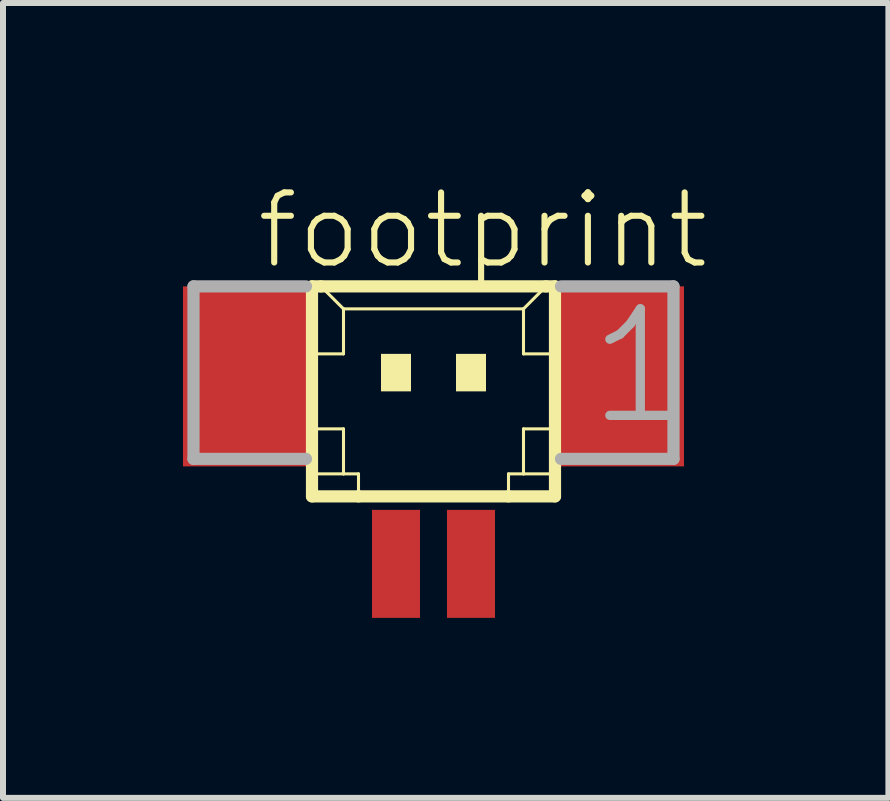
<source format=kicad_pcb>
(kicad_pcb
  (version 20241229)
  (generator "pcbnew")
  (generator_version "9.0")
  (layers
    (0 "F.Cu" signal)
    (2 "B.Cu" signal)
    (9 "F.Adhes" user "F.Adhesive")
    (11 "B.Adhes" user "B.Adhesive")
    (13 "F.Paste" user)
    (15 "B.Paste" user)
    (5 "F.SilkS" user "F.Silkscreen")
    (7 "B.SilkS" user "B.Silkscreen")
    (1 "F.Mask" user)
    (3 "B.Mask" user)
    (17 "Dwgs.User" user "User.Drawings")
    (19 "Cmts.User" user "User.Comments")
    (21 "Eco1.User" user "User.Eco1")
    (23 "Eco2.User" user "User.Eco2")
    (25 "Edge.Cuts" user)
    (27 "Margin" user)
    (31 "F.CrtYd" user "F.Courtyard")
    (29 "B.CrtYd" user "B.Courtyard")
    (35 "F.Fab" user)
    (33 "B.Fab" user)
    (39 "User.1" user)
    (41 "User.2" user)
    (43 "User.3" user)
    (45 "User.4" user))
  (footprint "footprint"
    (layer "F.Cu")
    (at 4.175 3.848)
    (property "Reference" "footprint" (at -3 -2.375 0) (layer "F.SilkS") (effects (font (size 1.168 1.168) (thickness 0.102)) (justify left bottom)))
    (fp_line (start -2.025 -2.125) (end -2.025 1.375) (stroke (width 0.203) (type solid)) (layer "F.SilkS"))
    (fp_line (start -2.025 1.375) (end -1.25 1.375) (stroke (width 0.203) (type solid)) (layer "F.SilkS"))
    (fp_line (start -2 -1) (end -1.5 -1) (stroke (width 0.051) (type solid)) (layer "F.SilkS"))
    (fp_line (start -2 0.25) (end -1.5 0.25) (stroke (width 0.051) (type solid)) (layer "F.SilkS"))
    (fp_line (start -2 1) (end -1.5 1) (stroke (width 0.051) (type solid)) (layer "F.SilkS"))
    (fp_line (start -1.875 -2.125) (end -2.025 -2.125) (stroke (width 0.203) (type solid)) (layer "F.SilkS"))
    (fp_line (start -1.5 -1.75) (end -1.875 -2.125) (stroke (width 0.051) (type solid)) (layer "F.SilkS"))
    (fp_line (start -1.5 -1.75) (end 1.5 -1.75) (stroke (width 0.051) (type solid)) (layer "F.SilkS"))
    (fp_line (start -1.5 -1) (end -1.5 -1.75) (stroke (width 0.051) (type solid)) (layer "F.SilkS"))
    (fp_line (start -1.5 0.25) (end -1.5 1) (stroke (width 0.051) (type solid)) (layer "F.SilkS"))
    (fp_line (start -1.5 1) (end -1.25 1) (stroke (width 0.051) (type solid)) (layer "F.SilkS"))
    (fp_line (start -1.25 1) (end -1.25 1.375) (stroke (width 0.051) (type solid)) (layer "F.SilkS"))
    (fp_line (start -1.25 1.375) (end 1.25 1.375) (stroke (width 0.203) (type solid)) (layer "F.SilkS"))
    (fp_line (start 1.25 1) (end 1.25 1.375) (stroke (width 0.051) (type solid)) (layer "F.SilkS"))
    (fp_line (start 1.25 1) (end 1.5 1) (stroke (width 0.051) (type solid)) (layer "F.SilkS"))
    (fp_line (start 1.25 1.375) (end 2.025 1.375) (stroke (width 0.203) (type solid)) (layer "F.SilkS"))
    (fp_line (start 1.5 -1.75) (end 1.5 -1) (stroke (width 0.051) (type solid)) (layer "F.SilkS"))
    (fp_line (start 1.5 -1.75) (end 1.875 -2.125) (stroke (width 0.051) (type solid)) (layer "F.SilkS"))
    (fp_line (start 1.5 -1) (end 2 -1) (stroke (width 0.051) (type solid)) (layer "F.SilkS"))
    (fp_line (start 1.5 0.25) (end 1.5 1) (stroke (width 0.051) (type solid)) (layer "F.SilkS"))
    (fp_line (start 1.5 0.25) (end 2 0.25) (stroke (width 0.051) (type solid)) (layer "F.SilkS"))
    (fp_line (start 1.5 1) (end 2 1) (stroke (width 0.051) (type solid)) (layer "F.SilkS"))
    (fp_line (start 1.875 -2.125) (end -1.875 -2.125) (stroke (width 0.203) (type solid)) (layer "F.SilkS"))
    (fp_line (start 2.025 -2.125) (end 1.875 -2.125) (stroke (width 0.203) (type solid)) (layer "F.SilkS"))
    (fp_line (start 2.025 1.375) (end 2.025 -2.125) (stroke (width 0.203) (type solid)) (layer "F.SilkS"))
    (fp_poly (pts (xy -0.875 -0.375) (xy -0.375 -0.375) (xy -0.375 -1) (xy -0.875 -1)) (stroke (width 0) (type solid)) (fill yes) (layer "F.SilkS"))
    (fp_poly (pts (xy 0.375 -0.375) (xy 0.875 -0.375) (xy 0.875 -1) (xy 0.375 -1)) (stroke (width 0) (type solid)) (fill yes) (layer "F.SilkS"))
    (fp_line (start -4 -2.125) (end -4 0.75) (stroke (width 0.203) (type solid)) (layer "F.Fab"))
    (fp_line (start -4 0.75) (end -2.125 0.75) (stroke (width 0.203) (type solid)) (layer "F.Fab"))
    (fp_line (start -2.125 -2.125) (end -4 -2.125) (stroke (width 0.203) (type solid)) (layer "F.Fab"))
    (fp_line (start 2.125 0.75) (end 4 0.75) (stroke (width 0.203) (type solid)) (layer "F.Fab"))
    (fp_line (start 4 -2.125) (end 2.125 -2.125) (stroke (width 0.203) (type solid)) (layer "F.Fab"))
    (fp_line (start 4 0.75) (end 4 -2.125) (stroke (width 0.203) (type solid)) (layer "F.Fab"))
    (fp_text user "1" (at 2.5 0.25 0) (layer "F.Fab") (effects (font (size 1.776 1.776) (thickness 0.154)) (justify left bottom)))
    (pad "1" smd rect (at 0.625 2.5) (size 0.8 1.8) (layers "F.Cu" "F.Mask" "F.Paste"))
    (pad "2" smd rect (at -0.625 2.5) (size 0.8 1.8) (layers "F.Cu" "F.Mask" "F.Paste"))
    (pad "S1" smd rect (at 3.125 -0.625) (size 2.1 3) (layers "F.Cu" "F.Mask" "F.Paste"))
    (pad "S2" smd rect (at -3.125 -0.625) (size 2.1 3) (layers "F.Cu" "F.Mask" "F.Paste")))
  (gr_rect
    (start -3 -3)
    (end 11.757 10.248)
    (stroke (width 0.1) (type default))
    (fill no)
    (layer "Edge.Cuts")))
</source>
